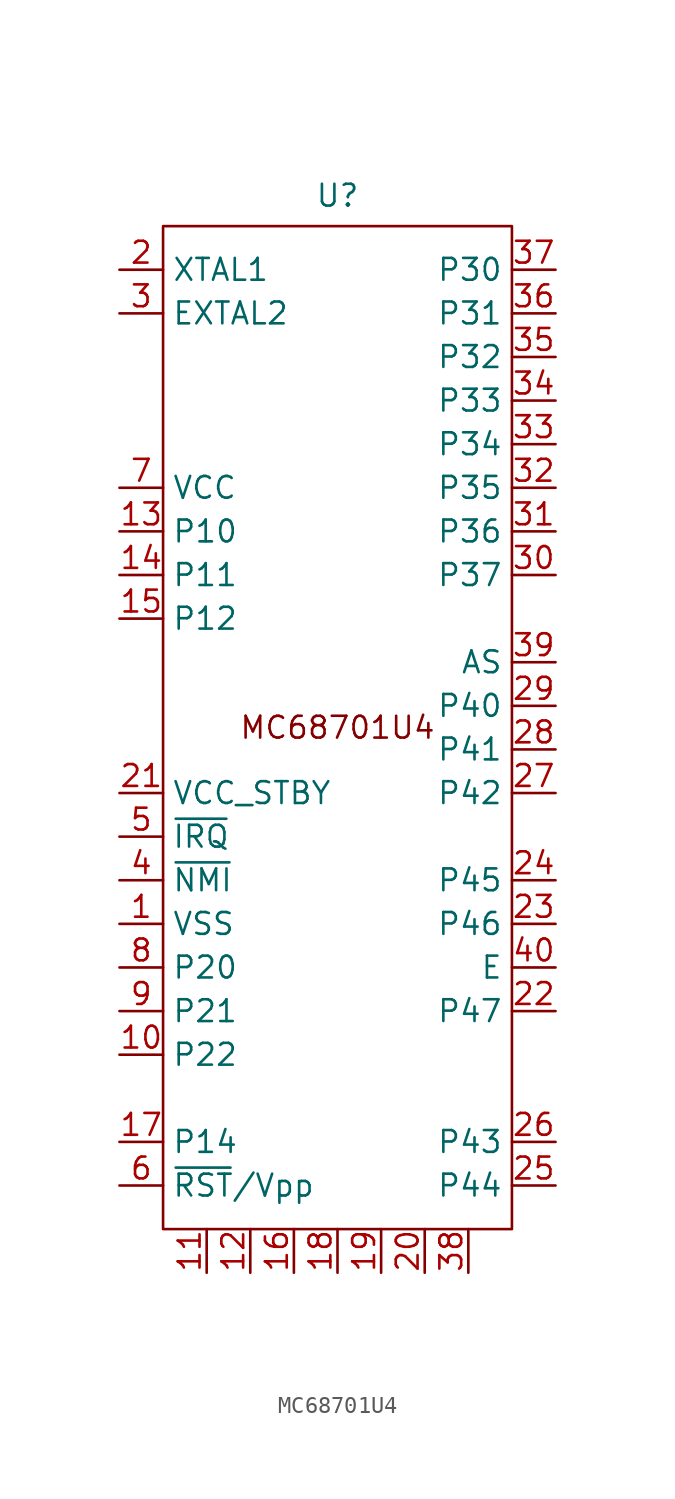
<source format=kicad_sym>
(kicad_symbol_lib
  (version 20231120)
  (generator "kicad_symbol_editor")
  (generator_version "8.0")
  (symbol "MC68701U4"
    (property "Reference" "U"
      (at 0 30.988 0)
      (effects (font (size 1.27 1.27))))
    (property "Value" ""
      (at -10.16 -15.24 0)
      (effects (font (size 1.27 1.27))))
    (symbol "MC68701U4_0_1"
      (rectangle (start -10.16 29.21) (end 10.16 -29.21) (stroke (width 0) (type default)) (fill (type none))))
    (symbol "MC68701U4_1_1"
      (text "MC68701U4" (at 0 0 0) (effects (font (size 1.27 1.27))))
      (pin input line (at -12.7 -11.43 0) (length 2.54) (name "VSS" (effects (font (size 1.27 1.27)))) (number "1" (effects (font (size 1.27 1.27)))))
      (pin input line (at -12.7 -19.05 0) (length 2.54) (name "P22" (effects (font (size 1.27 1.27)))) (number "10" (effects (font (size 1.27 1.27)))))
      (pin input line (at -7.62 -31.75 90) (length 2.54) (name "" (effects (font (size 1.27 1.27)))) (number "11" (effects (font (size 1.27 1.27)))))
      (pin input line (at -5.08 -31.75 90) (length 2.54) (name "" (effects (font (size 1.27 1.27)))) (number "12" (effects (font (size 1.27 1.27)))))
      (pin input line (at -12.7 11.43 0) (length 2.54) (name "P10" (effects (font (size 1.27 1.27)))) (number "13" (effects (font (size 1.27 1.27)))))
      (pin input line (at -12.7 8.89 0) (length 2.54) (name "P11" (effects (font (size 1.27 1.27)))) (number "14" (effects (font (size 1.27 1.27)))))
      (pin input line (at -12.7 6.35 0) (length 2.54) (name "P12" (effects (font (size 1.27 1.27)))) (number "15" (effects (font (size 1.27 1.27)))))
      (pin input line (at -2.54 -31.75 90) (length 2.54) (name "" (effects (font (size 1.27 1.27)))) (number "16" (effects (font (size 1.27 1.27)))))
      (pin input line (at -12.7 -24.13 0) (length 2.54) (name "P14" (effects (font (size 1.27 1.27)))) (number "17" (effects (font (size 1.27 1.27)))))
      (pin input line (at 0 -31.75 90) (length 2.54) (name "" (effects (font (size 1.27 1.27)))) (number "18" (effects (font (size 1.27 1.27)))))
      (pin input line (at 2.54 -31.75 90) (length 2.54) (name "" (effects (font (size 1.27 1.27)))) (number "19" (effects (font (size 1.27 1.27)))))
      (pin input line (at -12.7 26.67 0) (length 2.54) (name "XTAL1" (effects (font (size 1.27 1.27)))) (number "2" (effects (font (size 1.27 1.27)))))
      (pin input line (at 5.08 -31.75 90) (length 2.54) (name "" (effects (font (size 1.27 1.27)))) (number "20" (effects (font (size 1.27 1.27)))))
      (pin input line (at -12.7 -3.81 0) (length 2.54) (name "VCC_STBY" (effects (font (size 1.27 1.27)))) (number "21" (effects (font (size 1.27 1.27)))))
      (pin input line (at 12.7 -16.51 180) (length 2.54) (name "P47" (effects (font (size 1.27 1.27)))) (number "22" (effects (font (size 1.27 1.27)))))
      (pin input line (at 12.7 -11.43 180) (length 2.54) (name "P46" (effects (font (size 1.27 1.27)))) (number "23" (effects (font (size 1.27 1.27)))))
      (pin input line (at 12.7 -8.89 180) (length 2.54) (name "P45" (effects (font (size 1.27 1.27)))) (number "24" (effects (font (size 1.27 1.27)))))
      (pin input line (at 12.7 -26.67 180) (length 2.54) (name "P44" (effects (font (size 1.27 1.27)))) (number "25" (effects (font (size 1.27 1.27)))))
      (pin input line (at 12.7 -24.13 180) (length 2.54) (name "P43" (effects (font (size 1.27 1.27)))) (number "26" (effects (font (size 1.27 1.27)))))
      (pin input line (at 12.7 -3.81 180) (length 2.54) (name "P42" (effects (font (size 1.27 1.27)))) (number "27" (effects (font (size 1.27 1.27)))))
      (pin input line (at 12.7 -1.27 180) (length 2.54) (name "P41" (effects (font (size 1.27 1.27)))) (number "28" (effects (font (size 1.27 1.27)))))
      (pin input line (at 12.7 1.27 180) (length 2.54) (name "P40" (effects (font (size 1.27 1.27)))) (number "29" (effects (font (size 1.27 1.27)))))
      (pin input line (at -12.7 24.13 0) (length 2.54) (name "EXTAL2" (effects (font (size 1.27 1.27)))) (number "3" (effects (font (size 1.27 1.27)))))
      (pin input line (at 12.7 8.89 180) (length 2.54) (name "P37" (effects (font (size 1.27 1.27)))) (number "30" (effects (font (size 1.27 1.27)))))
      (pin input line (at 12.7 11.43 180) (length 2.54) (name "P36" (effects (font (size 1.27 1.27)))) (number "31" (effects (font (size 1.27 1.27)))))
      (pin input line (at 12.7 13.97 180) (length 2.54) (name "P35" (effects (font (size 1.27 1.27)))) (number "32" (effects (font (size 1.27 1.27)))))
      (pin input line (at 12.7 16.51 180) (length 2.54) (name "P34" (effects (font (size 1.27 1.27)))) (number "33" (effects (font (size 1.27 1.27)))))
      (pin input line (at 12.7 19.05 180) (length 2.54) (name "P33" (effects (font (size 1.27 1.27)))) (number "34" (effects (font (size 1.27 1.27)))))
      (pin input line (at 12.7 21.59 180) (length 2.54) (name "P32" (effects (font (size 1.27 1.27)))) (number "35" (effects (font (size 1.27 1.27)))))
      (pin input line (at 12.7 24.13 180) (length 2.54) (name "P31" (effects (font (size 1.27 1.27)))) (number "36" (effects (font (size 1.27 1.27)))))
      (pin input line (at 12.7 26.67 180) (length 2.54) (name "P30" (effects (font (size 1.27 1.27)))) (number "37" (effects (font (size 1.27 1.27)))))
      (pin input line (at 7.62 -31.75 90) (length 2.54) (name "" (effects (font (size 1.27 1.27)))) (number "38" (effects (font (size 1.27 1.27)))))
      (pin input line (at 12.7 3.81 180) (length 2.54) (name "AS" (effects (font (size 1.27 1.27)))) (number "39" (effects (font (size 1.27 1.27)))))
      (pin input line (at -12.7 -8.89 0) (length 2.54) (name "~{NMI}" (effects (font (size 1.27 1.27)))) (number "4" (effects (font (size 1.27 1.27)))))
      (pin input line (at 12.7 -13.97 180) (length 2.54) (name "E" (effects (font (size 1.27 1.27)))) (number "40" (effects (font (size 1.27 1.27)))))
      (pin input line (at -12.7 -6.35 0) (length 2.54) (name "~{IRQ}" (effects (font (size 1.27 1.27)))) (number "5" (effects (font (size 1.27 1.27)))))
      (pin input line (at -12.7 -26.67 0) (length 2.54) (name "~{RST}/Vpp" (effects (font (size 1.27 1.27)))) (number "6" (effects (font (size 1.27 1.27)))))
      (pin input line (at -12.7 13.97 0) (length 2.54) (name "VCC" (effects (font (size 1.27 1.27)))) (number "7" (effects (font (size 1.27 1.27)))))
      (pin input line (at -12.7 -13.97 0) (length 2.54) (name "P20" (effects (font (size 1.27 1.27)))) (number "8" (effects (font (size 1.27 1.27)))))
      (pin input line (at -12.7 -16.51 0) (length 2.54) (name "P21" (effects (font (size 1.27 1.27)))) (number "9" (effects (font (size 1.27 1.27))))))))
</source>
